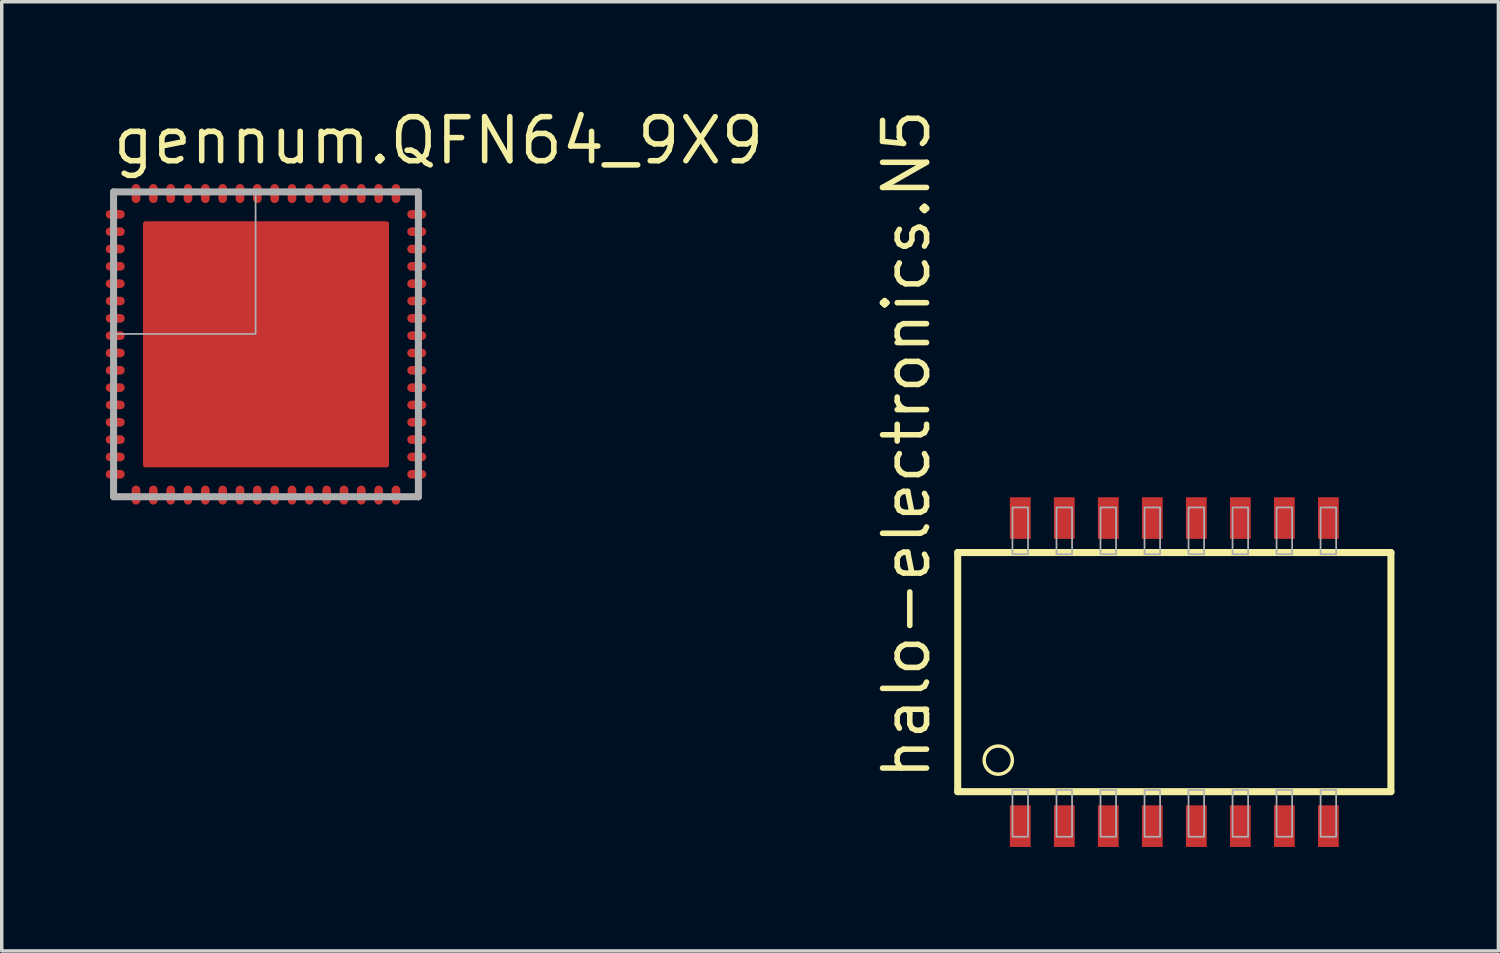
<source format=kicad_pcb>
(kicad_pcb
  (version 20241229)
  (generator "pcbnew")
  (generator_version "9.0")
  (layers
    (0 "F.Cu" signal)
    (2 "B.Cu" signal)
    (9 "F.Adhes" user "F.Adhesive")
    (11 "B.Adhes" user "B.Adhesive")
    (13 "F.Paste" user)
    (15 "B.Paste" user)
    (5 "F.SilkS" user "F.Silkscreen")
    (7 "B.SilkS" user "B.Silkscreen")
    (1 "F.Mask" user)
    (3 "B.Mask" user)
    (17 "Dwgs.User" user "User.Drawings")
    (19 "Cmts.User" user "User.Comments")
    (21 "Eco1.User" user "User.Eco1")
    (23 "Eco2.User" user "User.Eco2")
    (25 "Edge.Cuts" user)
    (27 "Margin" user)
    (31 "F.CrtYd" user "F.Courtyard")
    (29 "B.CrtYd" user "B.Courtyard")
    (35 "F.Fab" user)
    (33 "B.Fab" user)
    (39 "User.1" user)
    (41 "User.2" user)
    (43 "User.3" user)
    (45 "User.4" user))
  (footprint "halo-electronics.N5"
    (layer "F.Cu")
    (at 30.834 16.343)
    (property "Reference" "halo-electronics.N5" (at -6.985 3.175 90) (layer "F.SilkS") (effects (font (size 1.27 1.27) (thickness 0.16)) (justify left bottom)))
    (attr smd)
    (fp_line (start -6.25 -3.45) (end 6.25 -3.45) (stroke (width 0.203) (type default)) (layer "F.SilkS"))
    (fp_line (start -6.25 3.45) (end -6.25 -3.45) (stroke (width 0.203) (type default)) (layer "F.SilkS"))
    (fp_line (start 6.25 -3.45) (end 6.25 3.45) (stroke (width 0.203) (type default)) (layer "F.SilkS"))
    (fp_line (start 6.25 3.45) (end -6.25 3.45) (stroke (width 0.203) (type default)) (layer "F.SilkS"))
    (fp_circle (center -5.08 2.54) (end -4.673 2.54) (stroke (width 0.1) (type default)) (fill no) (layer "F.SilkS"))
    (fp_rect (start -4.67 -3.4) (end -4.22 -4.75) (stroke (width 0.05) (type default)) (fill no) (layer "F.Fab"))
    (fp_rect (start -4.67 4.75) (end -4.22 3.4) (stroke (width 0.05) (type default)) (fill no) (layer "F.Fab"))
    (fp_rect (start -3.4 -3.4) (end -2.95 -4.75) (stroke (width 0.05) (type default)) (fill no) (layer "F.Fab"))
    (fp_rect (start -3.4 4.75) (end -2.95 3.4) (stroke (width 0.05) (type default)) (fill no) (layer "F.Fab"))
    (fp_rect (start -2.13 -3.4) (end -1.68 -4.75) (stroke (width 0.05) (type default)) (fill no) (layer "F.Fab"))
    (fp_rect (start -2.13 4.75) (end -1.68 3.4) (stroke (width 0.05) (type default)) (fill no) (layer "F.Fab"))
    (fp_rect (start -0.86 -3.4) (end -0.41 -4.75) (stroke (width 0.05) (type default)) (fill no) (layer "F.Fab"))
    (fp_rect (start -0.86 4.75) (end -0.41 3.4) (stroke (width 0.05) (type default)) (fill no) (layer "F.Fab"))
    (fp_rect (start 0.41 -3.4) (end 0.86 -4.75) (stroke (width 0.05) (type default)) (fill no) (layer "F.Fab"))
    (fp_rect (start 0.41 4.75) (end 0.86 3.4) (stroke (width 0.05) (type default)) (fill no) (layer "F.Fab"))
    (fp_rect (start 1.68 -3.4) (end 2.13 -4.75) (stroke (width 0.05) (type default)) (fill no) (layer "F.Fab"))
    (fp_rect (start 1.68 4.75) (end 2.13 3.4) (stroke (width 0.05) (type default)) (fill no) (layer "F.Fab"))
    (fp_rect (start 2.95 -3.4) (end 3.4 -4.75) (stroke (width 0.05) (type default)) (fill no) (layer "F.Fab"))
    (fp_rect (start 2.95 4.75) (end 3.4 3.4) (stroke (width 0.05) (type default)) (fill no) (layer "F.Fab"))
    (fp_rect (start 4.22 -3.4) (end 4.67 -4.75) (stroke (width 0.05) (type default)) (fill no) (layer "F.Fab"))
    (fp_rect (start 4.22 4.75) (end 4.67 3.4) (stroke (width 0.05) (type default)) (fill no) (layer "F.Fab"))
    (pad "1" smd roundrect (at -4.445 4.445) (size 0.6 1.2) (layers "F.Cu" "F.Mask" "F.Paste") (roundrect_rratio 0.01))
    (pad "2" smd roundrect (at -3.175 4.445) (size 0.6 1.2) (layers "F.Cu" "F.Mask" "F.Paste") (roundrect_rratio 0.01))
    (pad "3" smd roundrect (at -1.905 4.445) (size 0.6 1.2) (layers "F.Cu" "F.Mask" "F.Paste") (roundrect_rratio 0.01))
    (pad "4" smd roundrect (at -0.635 4.445) (size 0.6 1.2) (layers "F.Cu" "F.Mask" "F.Paste") (roundrect_rratio 0.01))
    (pad "5" smd roundrect (at 0.635 4.445) (size 0.6 1.2) (layers "F.Cu" "F.Mask" "F.Paste") (roundrect_rratio 0.01))
    (pad "6" smd roundrect (at 1.905 4.445) (size 0.6 1.2) (layers "F.Cu" "F.Mask" "F.Paste") (roundrect_rratio 0.01))
    (pad "7" smd roundrect (at 3.175 4.445) (size 0.6 1.2) (layers "F.Cu" "F.Mask" "F.Paste") (roundrect_rratio 0.01))
    (pad "8" smd roundrect (at 4.445 4.445) (size 0.6 1.2) (layers "F.Cu" "F.Mask" "F.Paste") (roundrect_rratio 0.01))
    (pad "9" smd roundrect (at 4.445 -4.445 180) (size 0.6 1.2) (layers "F.Cu" "F.Mask" "F.Paste") (roundrect_rratio 0.01))
    (pad "10" smd roundrect (at 3.175 -4.445 180) (size 0.6 1.2) (layers "F.Cu" "F.Mask" "F.Paste") (roundrect_rratio 0.01))
    (pad "11" smd roundrect (at 1.905 -4.445 180) (size 0.6 1.2) (layers "F.Cu" "F.Mask" "F.Paste") (roundrect_rratio 0.01))
    (pad "12" smd roundrect (at 0.635 -4.445 180) (size 0.6 1.2) (layers "F.Cu" "F.Mask" "F.Paste") (roundrect_rratio 0.01))
    (pad "13" smd roundrect (at -0.635 -4.445 180) (size 0.6 1.2) (layers "F.Cu" "F.Mask" "F.Paste") (roundrect_rratio 0.01))
    (pad "14" smd roundrect (at -1.905 -4.445 180) (size 0.6 1.2) (layers "F.Cu" "F.Mask" "F.Paste") (roundrect_rratio 0.01))
    (pad "15" smd roundrect (at -3.175 -4.445 180) (size 0.6 1.2) (layers "F.Cu" "F.Mask" "F.Paste") (roundrect_rratio 0.01))
    (pad "16" smd roundrect (at -4.445 -4.445 180) (size 0.6 1.2) (layers "F.Cu" "F.Mask" "F.Paste") (roundrect_rratio 0.01)))
  (footprint "gennum.QFN64_9X9"
    (layer "F.Cu")
    (at 4.625 6.885)
    (property "Reference" "gennum.QFN64_9X9" (at -4.5 -5.135 0) (layer "F.SilkS") (effects (font (size 1.27 1.27) (thickness 0.16)) (justify left bottom)))
    (attr smd)
    (fp_poly (pts (xy -3.2 -3.55) (xy 3.55 -3.55) (xy 3.55 3.55) (xy -3.55 3.55) (xy -3.55 -3.2)) (stroke (width 0.203) (type default)) (fill yes) (layer "F.Mask"))
    (fp_poly (pts (xy -3.35 -3.1) (xy -3.1 -3.35) (xy 3.35 -3.35) (xy 3.35 3.35) (xy -3.35 3.35)) (stroke (width 0.203) (type default)) (fill yes) (layer "F.Paste"))
    (fp_line (start -4.398 -4.398) (end -4.398 4.398) (stroke (width 0.203) (type default)) (layer "F.Fab"))
    (fp_line (start -4.398 4.398) (end 4.398 4.398) (stroke (width 0.203) (type default)) (layer "F.Fab"))
    (fp_line (start 4.398 -4.398) (end -4.398 -4.398) (stroke (width 0.203) (type default)) (layer "F.Fab"))
    (fp_line (start 4.398 4.398) (end 4.398 -4.398) (stroke (width 0.203) (type default)) (layer "F.Fab"))
    (fp_rect (start -4.35 -0.3) (end -0.3 -4.35) (stroke (width 0.05) (type default)) (fill no) (layer "F.Fab"))
    (pad "1" smd roundrect (at -4.35 -3.75) (size 0.55 0.25) (layers "F.Cu" "F.Mask" "F.Paste") (roundrect_rratio 0.5))
    (pad "2" smd roundrect (at -4.35 -3.25) (size 0.55 0.25) (layers "F.Cu" "F.Mask" "F.Paste") (roundrect_rratio 0.5))
    (pad "3" smd roundrect (at -4.35 -2.75) (size 0.55 0.25) (layers "F.Cu" "F.Mask" "F.Paste") (roundrect_rratio 0.5))
    (pad "4" smd roundrect (at -4.35 -2.25) (size 0.55 0.25) (layers "F.Cu" "F.Mask" "F.Paste") (roundrect_rratio 0.5))
    (pad "5" smd roundrect (at -4.35 -1.75) (size 0.55 0.25) (layers "F.Cu" "F.Mask" "F.Paste") (roundrect_rratio 0.5))
    (pad "6" smd roundrect (at -4.35 -1.25) (size 0.55 0.25) (layers "F.Cu" "F.Mask" "F.Paste") (roundrect_rratio 0.5))
    (pad "7" smd roundrect (at -4.35 -0.75) (size 0.55 0.25) (layers "F.Cu" "F.Mask" "F.Paste") (roundrect_rratio 0.5))
    (pad "8" smd roundrect (at -4.35 -0.25) (size 0.55 0.25) (layers "F.Cu" "F.Mask" "F.Paste") (roundrect_rratio 0.5))
    (pad "9" smd roundrect (at -4.35 0.25) (size 0.55 0.25) (layers "F.Cu" "F.Mask" "F.Paste") (roundrect_rratio 0.5))
    (pad "10" smd roundrect (at -4.35 0.75) (size 0.55 0.25) (layers "F.Cu" "F.Mask" "F.Paste") (roundrect_rratio 0.5))
    (pad "11" smd roundrect (at -4.35 1.25) (size 0.55 0.25) (layers "F.Cu" "F.Mask" "F.Paste") (roundrect_rratio 0.5))
    (pad "12" smd roundrect (at -4.35 1.75) (size 0.55 0.25) (layers "F.Cu" "F.Mask" "F.Paste") (roundrect_rratio 0.5))
    (pad "13" smd roundrect (at -4.35 2.25) (size 0.55 0.25) (layers "F.Cu" "F.Mask" "F.Paste") (roundrect_rratio 0.5))
    (pad "14" smd roundrect (at -4.35 2.75) (size 0.55 0.25) (layers "F.Cu" "F.Mask" "F.Paste") (roundrect_rratio 0.5))
    (pad "15" smd roundrect (at -4.35 3.25) (size 0.55 0.25) (layers "F.Cu" "F.Mask" "F.Paste") (roundrect_rratio 0.5))
    (pad "16" smd roundrect (at -4.35 3.75) (size 0.55 0.25) (layers "F.Cu" "F.Mask" "F.Paste") (roundrect_rratio 0.5))
    (pad "17" smd roundrect (at -3.75 4.35) (size 0.25 0.55) (layers "F.Cu" "F.Mask" "F.Paste") (roundrect_rratio 0.5))
    (pad "18" smd roundrect (at -3.25 4.35) (size 0.25 0.55) (layers "F.Cu" "F.Mask" "F.Paste") (roundrect_rratio 0.5))
    (pad "19" smd roundrect (at -2.75 4.35) (size 0.25 0.55) (layers "F.Cu" "F.Mask" "F.Paste") (roundrect_rratio 0.5))
    (pad "20" smd roundrect (at -2.25 4.35) (size 0.25 0.55) (layers "F.Cu" "F.Mask" "F.Paste") (roundrect_rratio 0.5))
    (pad "21" smd roundrect (at -1.75 4.35) (size 0.25 0.55) (layers "F.Cu" "F.Mask" "F.Paste") (roundrect_rratio 0.5))
    (pad "22" smd roundrect (at -1.25 4.35) (size 0.25 0.55) (layers "F.Cu" "F.Mask" "F.Paste") (roundrect_rratio 0.5))
    (pad "23" smd roundrect (at -0.75 4.35) (size 0.25 0.55) (layers "F.Cu" "F.Mask" "F.Paste") (roundrect_rratio 0.5))
    (pad "24" smd roundrect (at -0.25 4.35) (size 0.25 0.55) (layers "F.Cu" "F.Mask" "F.Paste") (roundrect_rratio 0.5))
    (pad "25" smd roundrect (at 0.25 4.35) (size 0.25 0.55) (layers "F.Cu" "F.Mask" "F.Paste") (roundrect_rratio 0.5))
    (pad "26" smd roundrect (at 0.75 4.35) (size 0.25 0.55) (layers "F.Cu" "F.Mask" "F.Paste") (roundrect_rratio 0.5))
    (pad "27" smd roundrect (at 1.25 4.35) (size 0.25 0.55) (layers "F.Cu" "F.Mask" "F.Paste") (roundrect_rratio 0.5))
    (pad "28" smd roundrect (at 1.75 4.35) (size 0.25 0.55) (layers "F.Cu" "F.Mask" "F.Paste") (roundrect_rratio 0.5))
    (pad "29" smd roundrect (at 2.25 4.35) (size 0.25 0.55) (layers "F.Cu" "F.Mask" "F.Paste") (roundrect_rratio 0.5))
    (pad "30" smd roundrect (at 2.75 4.35) (size 0.25 0.55) (layers "F.Cu" "F.Mask" "F.Paste") (roundrect_rratio 0.5))
    (pad "31" smd roundrect (at 3.25 4.35) (size 0.25 0.55) (layers "F.Cu" "F.Mask" "F.Paste") (roundrect_rratio 0.5))
    (pad "32" smd roundrect (at 3.75 4.35) (size 0.25 0.55) (layers "F.Cu" "F.Mask" "F.Paste") (roundrect_rratio 0.5))
    (pad "33" smd roundrect (at 4.35 3.75) (size 0.55 0.25) (layers "F.Cu" "F.Mask" "F.Paste") (roundrect_rratio 0.5))
    (pad "34" smd roundrect (at 4.35 3.25) (size 0.55 0.25) (layers "F.Cu" "F.Mask" "F.Paste") (roundrect_rratio 0.5))
    (pad "35" smd roundrect (at 4.35 2.75) (size 0.55 0.25) (layers "F.Cu" "F.Mask" "F.Paste") (roundrect_rratio 0.5))
    (pad "36" smd roundrect (at 4.35 2.25) (size 0.55 0.25) (layers "F.Cu" "F.Mask" "F.Paste") (roundrect_rratio 0.5))
    (pad "37" smd roundrect (at 4.35 1.75) (size 0.55 0.25) (layers "F.Cu" "F.Mask" "F.Paste") (roundrect_rratio 0.5))
    (pad "38" smd roundrect (at 4.35 1.25) (size 0.55 0.25) (layers "F.Cu" "F.Mask" "F.Paste") (roundrect_rratio 0.5))
    (pad "39" smd roundrect (at 4.35 0.75) (size 0.55 0.25) (layers "F.Cu" "F.Mask" "F.Paste") (roundrect_rratio 0.5))
    (pad "40" smd roundrect (at 4.35 0.25) (size 0.55 0.25) (layers "F.Cu" "F.Mask" "F.Paste") (roundrect_rratio 0.5))
    (pad "41" smd roundrect (at 4.35 -0.25) (size 0.55 0.25) (layers "F.Cu" "F.Mask" "F.Paste") (roundrect_rratio 0.5))
    (pad "42" smd roundrect (at 4.35 -0.75) (size 0.55 0.25) (layers "F.Cu" "F.Mask" "F.Paste") (roundrect_rratio 0.5))
    (pad "43" smd roundrect (at 4.35 -1.25) (size 0.55 0.25) (layers "F.Cu" "F.Mask" "F.Paste") (roundrect_rratio 0.5))
    (pad "44" smd roundrect (at 4.35 -1.75) (size 0.55 0.25) (layers "F.Cu" "F.Mask" "F.Paste") (roundrect_rratio 0.5))
    (pad "45" smd roundrect (at 4.35 -2.25) (size 0.55 0.25) (layers "F.Cu" "F.Mask" "F.Paste") (roundrect_rratio 0.5))
    (pad "46" smd roundrect (at 4.35 -2.75) (size 0.55 0.25) (layers "F.Cu" "F.Mask" "F.Paste") (roundrect_rratio 0.5))
    (pad "47" smd roundrect (at 4.35 -3.25) (size 0.55 0.25) (layers "F.Cu" "F.Mask" "F.Paste") (roundrect_rratio 0.5))
    (pad "48" smd roundrect (at 4.35 -3.75) (size 0.55 0.25) (layers "F.Cu" "F.Mask" "F.Paste") (roundrect_rratio 0.5))
    (pad "49" smd roundrect (at 3.75 -4.35) (size 0.25 0.55) (layers "F.Cu" "F.Mask" "F.Paste") (roundrect_rratio 0.5))
    (pad "50" smd roundrect (at 3.25 -4.35) (size 0.25 0.55) (layers "F.Cu" "F.Mask" "F.Paste") (roundrect_rratio 0.5))
    (pad "51" smd roundrect (at 2.75 -4.35) (size 0.25 0.55) (layers "F.Cu" "F.Mask" "F.Paste") (roundrect_rratio 0.5))
    (pad "52" smd roundrect (at 2.25 -4.35) (size 0.25 0.55) (layers "F.Cu" "F.Mask" "F.Paste") (roundrect_rratio 0.5))
    (pad "53" smd roundrect (at 1.75 -4.35) (size 0.25 0.55) (layers "F.Cu" "F.Mask" "F.Paste") (roundrect_rratio 0.5))
    (pad "54" smd roundrect (at 1.25 -4.35) (size 0.25 0.55) (layers "F.Cu" "F.Mask" "F.Paste") (roundrect_rratio 0.5))
    (pad "55" smd roundrect (at 0.75 -4.35) (size 0.25 0.55) (layers "F.Cu" "F.Mask" "F.Paste") (roundrect_rratio 0.5))
    (pad "56" smd roundrect (at 0.25 -4.35) (size 0.25 0.55) (layers "F.Cu" "F.Mask" "F.Paste") (roundrect_rratio 0.5))
    (pad "57" smd roundrect (at -0.25 -4.35) (size 0.25 0.55) (layers "F.Cu" "F.Mask" "F.Paste") (roundrect_rratio 0.5))
    (pad "58" smd roundrect (at -0.75 -4.35) (size 0.25 0.55) (layers "F.Cu" "F.Mask" "F.Paste") (roundrect_rratio 0.5))
    (pad "59" smd roundrect (at -1.25 -4.35) (size 0.25 0.55) (layers "F.Cu" "F.Mask" "F.Paste") (roundrect_rratio 0.5))
    (pad "60" smd roundrect (at -1.75 -4.35) (size 0.25 0.55) (layers "F.Cu" "F.Mask" "F.Paste") (roundrect_rratio 0.5))
    (pad "61" smd roundrect (at -2.25 -4.35) (size 0.25 0.55) (layers "F.Cu" "F.Mask" "F.Paste") (roundrect_rratio 0.5))
    (pad "62" smd roundrect (at -2.75 -4.35) (size 0.25 0.55) (layers "F.Cu" "F.Mask" "F.Paste") (roundrect_rratio 0.5))
    (pad "63" smd roundrect (at -3.25 -4.35) (size 0.25 0.55) (layers "F.Cu" "F.Mask" "F.Paste") (roundrect_rratio 0.5))
    (pad "64" smd roundrect (at -3.75 -4.35) (size 0.25 0.55) (layers "F.Cu" "F.Mask" "F.Paste") (roundrect_rratio 0.5))
    (pad "EXP" smd roundrect (at 0 0) (size 7.1 7.1) (layers "F.Cu" "F.Mask" "F.Paste") (roundrect_rratio 0.01)))
  (gr_rect
    (start -3 -3)
    (end 40.185 24.388)
    (stroke (width 0.1) (type default))
    (fill no)
    (layer "Edge.Cuts")))
</source>
